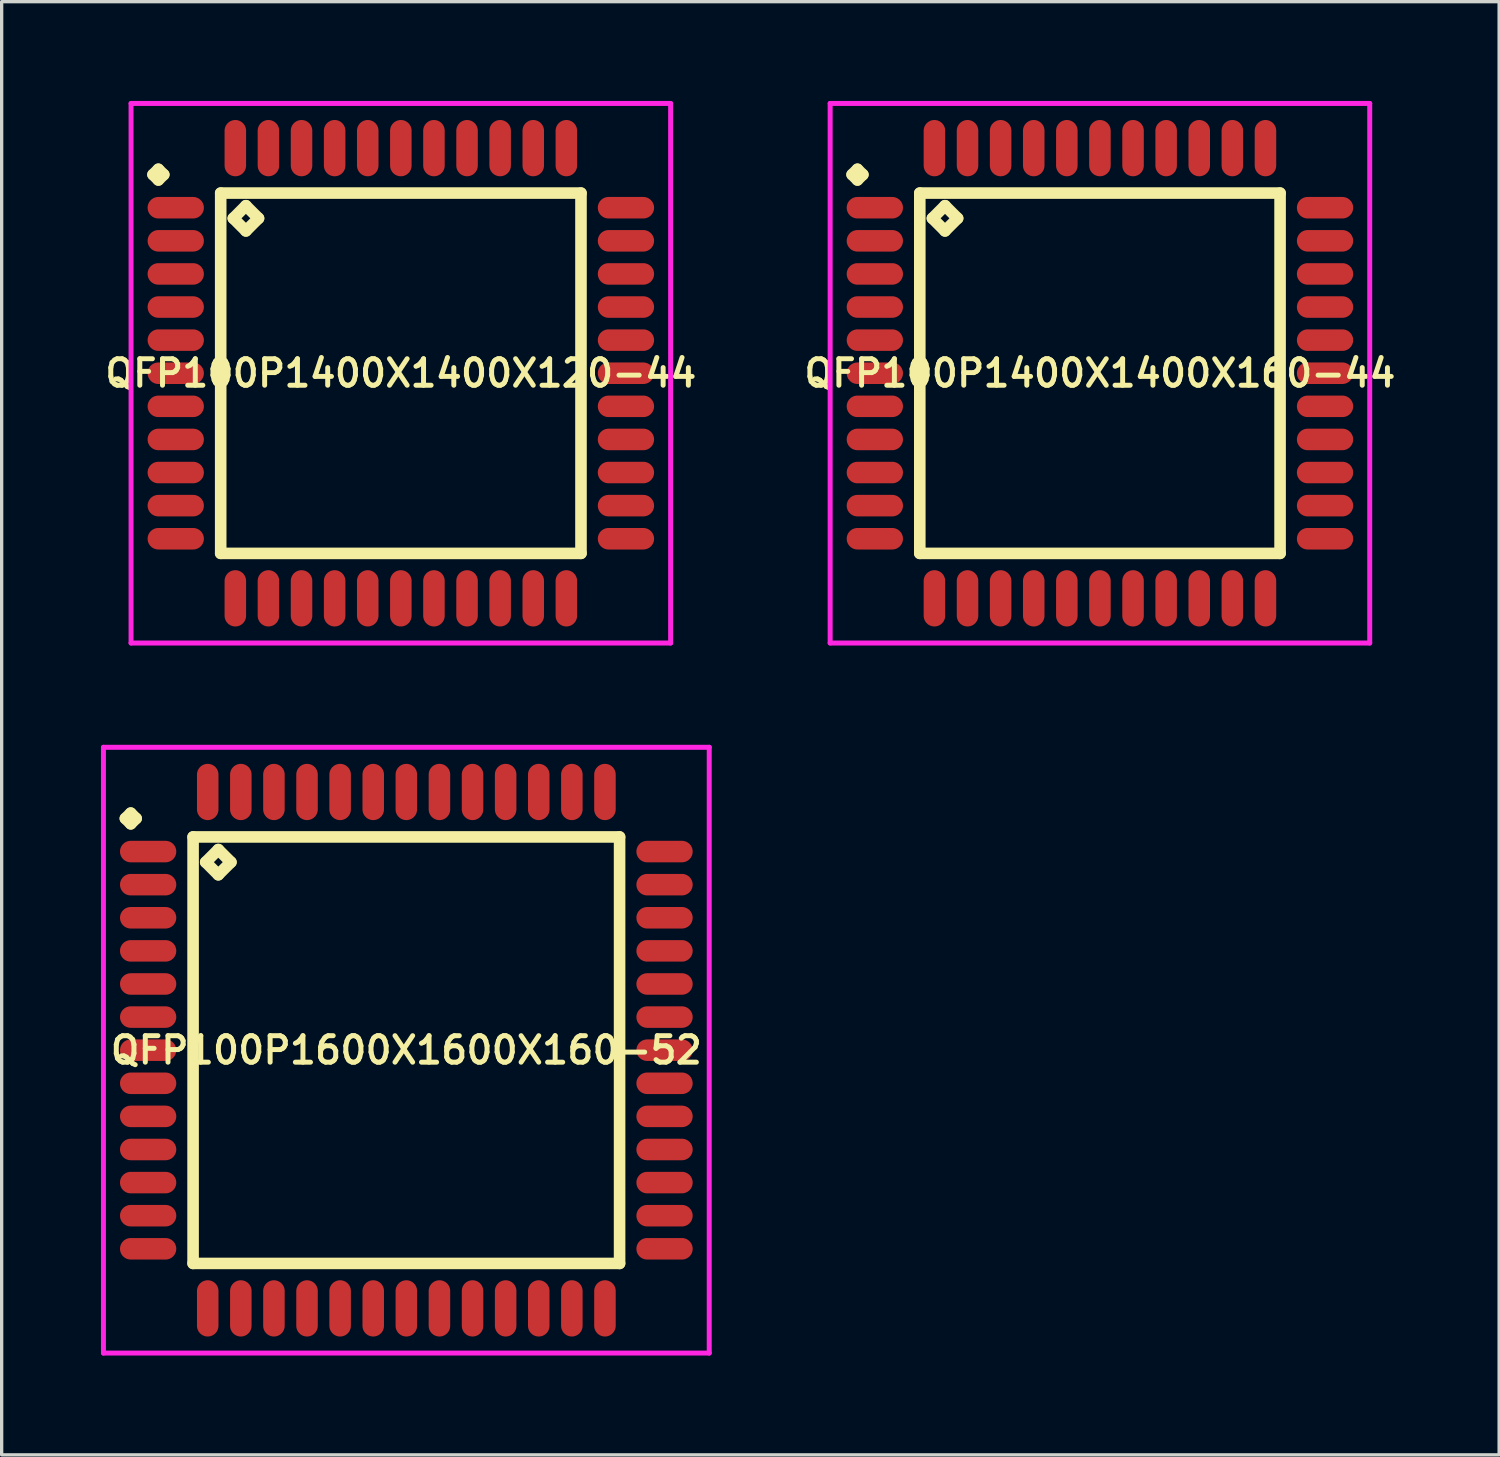
<source format=kicad_pcb>
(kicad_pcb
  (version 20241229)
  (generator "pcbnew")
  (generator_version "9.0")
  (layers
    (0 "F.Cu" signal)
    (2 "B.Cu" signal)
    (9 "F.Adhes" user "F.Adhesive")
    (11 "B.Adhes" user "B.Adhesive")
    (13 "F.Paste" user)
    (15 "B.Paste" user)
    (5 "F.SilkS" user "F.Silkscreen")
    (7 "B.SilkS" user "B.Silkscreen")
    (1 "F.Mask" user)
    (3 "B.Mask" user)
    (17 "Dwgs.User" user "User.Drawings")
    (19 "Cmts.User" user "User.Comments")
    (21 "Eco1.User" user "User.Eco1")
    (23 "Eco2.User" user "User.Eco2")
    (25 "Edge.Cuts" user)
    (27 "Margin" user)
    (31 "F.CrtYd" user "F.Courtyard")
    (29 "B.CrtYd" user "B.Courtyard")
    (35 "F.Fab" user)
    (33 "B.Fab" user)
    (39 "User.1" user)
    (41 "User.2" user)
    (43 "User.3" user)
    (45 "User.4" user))
  (footprint "QFP100P1400X1400X160-44"
    (layer "F.Cu")
    (at 30.178 8.225)
    (property "Reference" "QFP100P1400X1400X160-44" (at 0 0 0) (layer "F.SilkS") (effects (font (size 0.8 0.8) (thickness 0.15))))
    (attr smd)
    (fp_line (start -7.487 -6) (end -7.325 -6.162) (stroke (width 0.35) (type solid)) (layer "F.SilkS"))
    (fp_line (start -7.325 -6.162) (end -7.162 -6) (stroke (width 0.35) (type solid)) (layer "F.SilkS"))
    (fp_line (start -7.325 -5.838) (end -7.487 -6) (stroke (width 0.35) (type solid)) (layer "F.SilkS"))
    (fp_line (start -7.162 -6) (end -7.325 -5.838) (stroke (width 0.35) (type solid)) (layer "F.SilkS"))
    (fp_line (start -5.442 -5.442) (end -5.442 5.442) (stroke (width 0.35) (type solid)) (layer "F.SilkS"))
    (fp_line (start -5.442 5.442) (end 5.442 5.442) (stroke (width 0.35) (type solid)) (layer "F.SilkS"))
    (fp_line (start -5.061 -4.68) (end -4.68 -5.061) (stroke (width 0.35) (type solid)) (layer "F.SilkS"))
    (fp_line (start -4.68 -5.061) (end -4.299 -4.68) (stroke (width 0.35) (type solid)) (layer "F.SilkS"))
    (fp_line (start -4.68 -4.299) (end -5.061 -4.68) (stroke (width 0.35) (type solid)) (layer "F.SilkS"))
    (fp_line (start -4.299 -4.68) (end -4.68 -4.299) (stroke (width 0.35) (type solid)) (layer "F.SilkS"))
    (fp_line (start 5.442 -5.442) (end -5.442 -5.442) (stroke (width 0.35) (type solid)) (layer "F.SilkS"))
    (fp_line (start 5.442 5.442) (end 5.442 -5.442) (stroke (width 0.35) (type solid)) (layer "F.SilkS"))
    (fp_line (start -8.15 -8.15) (end 8.15 -8.15) (stroke (width 0.15) (type solid)) (layer "F.CrtYd"))
    (fp_line (start -8.15 8.15) (end -8.15 -8.15) (stroke (width 0.15) (type solid)) (layer "F.CrtYd"))
    (fp_line (start 8.15 -8.15) (end 8.15 8.15) (stroke (width 0.15) (type solid)) (layer "F.CrtYd"))
    (fp_line (start 8.15 8.15) (end -8.15 8.15) (stroke (width 0.15) (type solid)) (layer "F.CrtYd"))
    (pad "1" smd oval (at -6.8 -5) (size 1.7 0.65) (layers "F.Cu" "F.Mask" "F.Paste"))
    (pad "2" smd oval (at -6.8 -4) (size 1.7 0.65) (layers "F.Cu" "F.Mask" "F.Paste"))
    (pad "3" smd oval (at -6.8 -3) (size 1.7 0.65) (layers "F.Cu" "F.Mask" "F.Paste"))
    (pad "4" smd oval (at -6.8 -2) (size 1.7 0.65) (layers "F.Cu" "F.Mask" "F.Paste"))
    (pad "5" smd oval (at -6.8 -1) (size 1.7 0.65) (layers "F.Cu" "F.Mask" "F.Paste"))
    (pad "6" smd oval (at -6.8 0) (size 1.7 0.65) (layers "F.Cu" "F.Mask" "F.Paste"))
    (pad "7" smd oval (at -6.8 1) (size 1.7 0.65) (layers "F.Cu" "F.Mask" "F.Paste"))
    (pad "8" smd oval (at -6.8 2) (size 1.7 0.65) (layers "F.Cu" "F.Mask" "F.Paste"))
    (pad "9" smd oval (at -6.8 3) (size 1.7 0.65) (layers "F.Cu" "F.Mask" "F.Paste"))
    (pad "10" smd oval (at -6.8 4) (size 1.7 0.65) (layers "F.Cu" "F.Mask" "F.Paste"))
    (pad "11" smd oval (at -6.8 5) (size 1.7 0.65) (layers "F.Cu" "F.Mask" "F.Paste"))
    (pad "12" smd oval (at -5 6.8) (size 0.65 1.7) (layers "F.Cu" "F.Mask" "F.Paste"))
    (pad "13" smd oval (at -4 6.8) (size 0.65 1.7) (layers "F.Cu" "F.Mask" "F.Paste"))
    (pad "14" smd oval (at -3 6.8) (size 0.65 1.7) (layers "F.Cu" "F.Mask" "F.Paste"))
    (pad "15" smd oval (at -2 6.8) (size 0.65 1.7) (layers "F.Cu" "F.Mask" "F.Paste"))
    (pad "16" smd oval (at -1 6.8) (size 0.65 1.7) (layers "F.Cu" "F.Mask" "F.Paste"))
    (pad "17" smd oval (at 0 6.8) (size 0.65 1.7) (layers "F.Cu" "F.Mask" "F.Paste"))
    (pad "18" smd oval (at 1 6.8) (size 0.65 1.7) (layers "F.Cu" "F.Mask" "F.Paste"))
    (pad "19" smd oval (at 2 6.8) (size 0.65 1.7) (layers "F.Cu" "F.Mask" "F.Paste"))
    (pad "20" smd oval (at 3 6.8) (size 0.65 1.7) (layers "F.Cu" "F.Mask" "F.Paste"))
    (pad "21" smd oval (at 4 6.8) (size 0.65 1.7) (layers "F.Cu" "F.Mask" "F.Paste"))
    (pad "22" smd oval (at 5 6.8) (size 0.65 1.7) (layers "F.Cu" "F.Mask" "F.Paste"))
    (pad "23" smd oval (at 6.8 5) (size 1.7 0.65) (layers "F.Cu" "F.Mask" "F.Paste"))
    (pad "24" smd oval (at 6.8 4) (size 1.7 0.65) (layers "F.Cu" "F.Mask" "F.Paste"))
    (pad "25" smd oval (at 6.8 3) (size 1.7 0.65) (layers "F.Cu" "F.Mask" "F.Paste"))
    (pad "26" smd oval (at 6.8 2) (size 1.7 0.65) (layers "F.Cu" "F.Mask" "F.Paste"))
    (pad "27" smd oval (at 6.8 1) (size 1.7 0.65) (layers "F.Cu" "F.Mask" "F.Paste"))
    (pad "28" smd oval (at 6.8 0) (size 1.7 0.65) (layers "F.Cu" "F.Mask" "F.Paste"))
    (pad "29" smd oval (at 6.8 -1) (size 1.7 0.65) (layers "F.Cu" "F.Mask" "F.Paste"))
    (pad "30" smd oval (at 6.8 -2) (size 1.7 0.65) (layers "F.Cu" "F.Mask" "F.Paste"))
    (pad "31" smd oval (at 6.8 -3) (size 1.7 0.65) (layers "F.Cu" "F.Mask" "F.Paste"))
    (pad "32" smd oval (at 6.8 -4) (size 1.7 0.65) (layers "F.Cu" "F.Mask" "F.Paste"))
    (pad "33" smd oval (at 6.8 -5) (size 1.7 0.65) (layers "F.Cu" "F.Mask" "F.Paste"))
    (pad "34" smd oval (at 5 -6.8) (size 0.65 1.7) (layers "F.Cu" "F.Mask" "F.Paste"))
    (pad "35" smd oval (at 4 -6.8) (size 0.65 1.7) (layers "F.Cu" "F.Mask" "F.Paste"))
    (pad "36" smd oval (at 3 -6.8) (size 0.65 1.7) (layers "F.Cu" "F.Mask" "F.Paste"))
    (pad "37" smd oval (at 2 -6.8) (size 0.65 1.7) (layers "F.Cu" "F.Mask" "F.Paste"))
    (pad "38" smd oval (at 1 -6.8) (size 0.65 1.7) (layers "F.Cu" "F.Mask" "F.Paste"))
    (pad "39" smd oval (at 0 -6.8) (size 0.65 1.7) (layers "F.Cu" "F.Mask" "F.Paste"))
    (pad "40" smd oval (at -1 -6.8) (size 0.65 1.7) (layers "F.Cu" "F.Mask" "F.Paste"))
    (pad "41" smd oval (at -2 -6.8) (size 0.65 1.7) (layers "F.Cu" "F.Mask" "F.Paste"))
    (pad "42" smd oval (at -3 -6.8) (size 0.65 1.7) (layers "F.Cu" "F.Mask" "F.Paste"))
    (pad "43" smd oval (at -4 -6.8) (size 0.65 1.7) (layers "F.Cu" "F.Mask" "F.Paste"))
    (pad "44" smd oval (at -5 -6.8) (size 0.65 1.7) (layers "F.Cu" "F.Mask" "F.Paste")))
  (footprint "QFP100P1600X1600X160-52"
    (layer "F.Cu")
    (at 9.225 28.675)
    (property "Reference" "QFP100P1600X1600X160-52" (at 0 0 0) (layer "F.SilkS") (effects (font (size 0.8 0.8) (thickness 0.15))))
    (attr smd)
    (fp_line (start -8.488 -7) (end -8.325 -7.162) (stroke (width 0.35) (type solid)) (layer "F.SilkS"))
    (fp_line (start -8.325 -7.162) (end -8.162 -7) (stroke (width 0.35) (type solid)) (layer "F.SilkS"))
    (fp_line (start -8.325 -6.838) (end -8.488 -7) (stroke (width 0.35) (type solid)) (layer "F.SilkS"))
    (fp_line (start -8.162 -7) (end -8.325 -6.838) (stroke (width 0.35) (type solid)) (layer "F.SilkS"))
    (fp_line (start -6.442 -6.442) (end -6.442 6.442) (stroke (width 0.35) (type solid)) (layer "F.SilkS"))
    (fp_line (start -6.442 6.442) (end 6.442 6.442) (stroke (width 0.35) (type solid)) (layer "F.SilkS"))
    (fp_line (start -6.061 -5.68) (end -5.68 -6.061) (stroke (width 0.35) (type solid)) (layer "F.SilkS"))
    (fp_line (start -5.68 -6.061) (end -5.299 -5.68) (stroke (width 0.35) (type solid)) (layer "F.SilkS"))
    (fp_line (start -5.68 -5.299) (end -6.061 -5.68) (stroke (width 0.35) (type solid)) (layer "F.SilkS"))
    (fp_line (start -5.299 -5.68) (end -5.68 -5.299) (stroke (width 0.35) (type solid)) (layer "F.SilkS"))
    (fp_line (start 6.442 -6.442) (end -6.442 -6.442) (stroke (width 0.35) (type solid)) (layer "F.SilkS"))
    (fp_line (start 6.442 6.442) (end 6.442 -6.442) (stroke (width 0.35) (type solid)) (layer "F.SilkS"))
    (fp_line (start -9.15 -9.15) (end 9.15 -9.15) (stroke (width 0.15) (type solid)) (layer "F.CrtYd"))
    (fp_line (start -9.15 9.15) (end -9.15 -9.15) (stroke (width 0.15) (type solid)) (layer "F.CrtYd"))
    (fp_line (start 9.15 -9.15) (end 9.15 9.15) (stroke (width 0.15) (type solid)) (layer "F.CrtYd"))
    (fp_line (start 9.15 9.15) (end -9.15 9.15) (stroke (width 0.15) (type solid)) (layer "F.CrtYd"))
    (pad "1" smd oval (at -7.8 -6) (size 1.7 0.65) (layers "F.Cu" "F.Mask" "F.Paste"))
    (pad "2" smd oval (at -7.8 -5) (size 1.7 0.65) (layers "F.Cu" "F.Mask" "F.Paste"))
    (pad "3" smd oval (at -7.8 -4) (size 1.7 0.65) (layers "F.Cu" "F.Mask" "F.Paste"))
    (pad "4" smd oval (at -7.8 -3) (size 1.7 0.65) (layers "F.Cu" "F.Mask" "F.Paste"))
    (pad "5" smd oval (at -7.8 -2) (size 1.7 0.65) (layers "F.Cu" "F.Mask" "F.Paste"))
    (pad "6" smd oval (at -7.8 -1) (size 1.7 0.65) (layers "F.Cu" "F.Mask" "F.Paste"))
    (pad "7" smd oval (at -7.8 0) (size 1.7 0.65) (layers "F.Cu" "F.Mask" "F.Paste"))
    (pad "8" smd oval (at -7.8 1) (size 1.7 0.65) (layers "F.Cu" "F.Mask" "F.Paste"))
    (pad "9" smd oval (at -7.8 2) (size 1.7 0.65) (layers "F.Cu" "F.Mask" "F.Paste"))
    (pad "10" smd oval (at -7.8 3) (size 1.7 0.65) (layers "F.Cu" "F.Mask" "F.Paste"))
    (pad "11" smd oval (at -7.8 4) (size 1.7 0.65) (layers "F.Cu" "F.Mask" "F.Paste"))
    (pad "12" smd oval (at -7.8 5) (size 1.7 0.65) (layers "F.Cu" "F.Mask" "F.Paste"))
    (pad "13" smd oval (at -7.8 6) (size 1.7 0.65) (layers "F.Cu" "F.Mask" "F.Paste"))
    (pad "14" smd oval (at -6 7.8) (size 0.65 1.7) (layers "F.Cu" "F.Mask" "F.Paste"))
    (pad "15" smd oval (at -5 7.8) (size 0.65 1.7) (layers "F.Cu" "F.Mask" "F.Paste"))
    (pad "16" smd oval (at -4 7.8) (size 0.65 1.7) (layers "F.Cu" "F.Mask" "F.Paste"))
    (pad "17" smd oval (at -3 7.8) (size 0.65 1.7) (layers "F.Cu" "F.Mask" "F.Paste"))
    (pad "18" smd oval (at -2 7.8) (size 0.65 1.7) (layers "F.Cu" "F.Mask" "F.Paste"))
    (pad "19" smd oval (at -1 7.8) (size 0.65 1.7) (layers "F.Cu" "F.Mask" "F.Paste"))
    (pad "20" smd oval (at 0 7.8) (size 0.65 1.7) (layers "F.Cu" "F.Mask" "F.Paste"))
    (pad "21" smd oval (at 1 7.8) (size 0.65 1.7) (layers "F.Cu" "F.Mask" "F.Paste"))
    (pad "22" smd oval (at 2 7.8) (size 0.65 1.7) (layers "F.Cu" "F.Mask" "F.Paste"))
    (pad "23" smd oval (at 3 7.8) (size 0.65 1.7) (layers "F.Cu" "F.Mask" "F.Paste"))
    (pad "24" smd oval (at 4 7.8) (size 0.65 1.7) (layers "F.Cu" "F.Mask" "F.Paste"))
    (pad "25" smd oval (at 5 7.8) (size 0.65 1.7) (layers "F.Cu" "F.Mask" "F.Paste"))
    (pad "26" smd oval (at 6 7.8) (size 0.65 1.7) (layers "F.Cu" "F.Mask" "F.Paste"))
    (pad "27" smd oval (at 7.8 6) (size 1.7 0.65) (layers "F.Cu" "F.Mask" "F.Paste"))
    (pad "28" smd oval (at 7.8 5) (size 1.7 0.65) (layers "F.Cu" "F.Mask" "F.Paste"))
    (pad "29" smd oval (at 7.8 4) (size 1.7 0.65) (layers "F.Cu" "F.Mask" "F.Paste"))
    (pad "30" smd oval (at 7.8 3) (size 1.7 0.65) (layers "F.Cu" "F.Mask" "F.Paste"))
    (pad "31" smd oval (at 7.8 2) (size 1.7 0.65) (layers "F.Cu" "F.Mask" "F.Paste"))
    (pad "32" smd oval (at 7.8 1) (size 1.7 0.65) (layers "F.Cu" "F.Mask" "F.Paste"))
    (pad "33" smd oval (at 7.8 0) (size 1.7 0.65) (layers "F.Cu" "F.Mask" "F.Paste"))
    (pad "34" smd oval (at 7.8 -1) (size 1.7 0.65) (layers "F.Cu" "F.Mask" "F.Paste"))
    (pad "35" smd oval (at 7.8 -2) (size 1.7 0.65) (layers "F.Cu" "F.Mask" "F.Paste"))
    (pad "36" smd oval (at 7.8 -3) (size 1.7 0.65) (layers "F.Cu" "F.Mask" "F.Paste"))
    (pad "37" smd oval (at 7.8 -4) (size 1.7 0.65) (layers "F.Cu" "F.Mask" "F.Paste"))
    (pad "38" smd oval (at 7.8 -5) (size 1.7 0.65) (layers "F.Cu" "F.Mask" "F.Paste"))
    (pad "39" smd oval (at 7.8 -6) (size 1.7 0.65) (layers "F.Cu" "F.Mask" "F.Paste"))
    (pad "40" smd oval (at 6 -7.8) (size 0.65 1.7) (layers "F.Cu" "F.Mask" "F.Paste"))
    (pad "41" smd oval (at 5 -7.8) (size 0.65 1.7) (layers "F.Cu" "F.Mask" "F.Paste"))
    (pad "42" smd oval (at 4 -7.8) (size 0.65 1.7) (layers "F.Cu" "F.Mask" "F.Paste"))
    (pad "43" smd oval (at 3 -7.8) (size 0.65 1.7) (layers "F.Cu" "F.Mask" "F.Paste"))
    (pad "44" smd oval (at 2 -7.8) (size 0.65 1.7) (layers "F.Cu" "F.Mask" "F.Paste"))
    (pad "45" smd oval (at 1 -7.8) (size 0.65 1.7) (layers "F.Cu" "F.Mask" "F.Paste"))
    (pad "46" smd oval (at 0 -7.8) (size 0.65 1.7) (layers "F.Cu" "F.Mask" "F.Paste"))
    (pad "47" smd oval (at -1 -7.8) (size 0.65 1.7) (layers "F.Cu" "F.Mask" "F.Paste"))
    (pad "48" smd oval (at -2 -7.8) (size 0.65 1.7) (layers "F.Cu" "F.Mask" "F.Paste"))
    (pad "49" smd oval (at -3 -7.8) (size 0.65 1.7) (layers "F.Cu" "F.Mask" "F.Paste"))
    (pad "50" smd oval (at -4 -7.8) (size 0.65 1.7) (layers "F.Cu" "F.Mask" "F.Paste"))
    (pad "51" smd oval (at -5 -7.8) (size 0.65 1.7) (layers "F.Cu" "F.Mask" "F.Paste"))
    (pad "52" smd oval (at -6 -7.8) (size 0.65 1.7) (layers "F.Cu" "F.Mask" "F.Paste")))
  (footprint "QFP100P1400X1400X120-44"
    (layer "F.Cu")
    (at 9.059 8.225)
    (property "Reference" "QFP100P1400X1400X120-44" (at 0 0 0) (layer "F.SilkS") (effects (font (size 0.8 0.8) (thickness 0.15))))
    (attr smd)
    (fp_line (start -7.487 -6) (end -7.325 -6.162) (stroke (width 0.35) (type solid)) (layer "F.SilkS"))
    (fp_line (start -7.325 -6.162) (end -7.162 -6) (stroke (width 0.35) (type solid)) (layer "F.SilkS"))
    (fp_line (start -7.325 -5.838) (end -7.487 -6) (stroke (width 0.35) (type solid)) (layer "F.SilkS"))
    (fp_line (start -7.162 -6) (end -7.325 -5.838) (stroke (width 0.35) (type solid)) (layer "F.SilkS"))
    (fp_line (start -5.442 -5.442) (end -5.442 5.442) (stroke (width 0.35) (type solid)) (layer "F.SilkS"))
    (fp_line (start -5.442 5.442) (end 5.442 5.442) (stroke (width 0.35) (type solid)) (layer "F.SilkS"))
    (fp_line (start -5.061 -4.68) (end -4.68 -5.061) (stroke (width 0.35) (type solid)) (layer "F.SilkS"))
    (fp_line (start -4.68 -5.061) (end -4.299 -4.68) (stroke (width 0.35) (type solid)) (layer "F.SilkS"))
    (fp_line (start -4.68 -4.299) (end -5.061 -4.68) (stroke (width 0.35) (type solid)) (layer "F.SilkS"))
    (fp_line (start -4.299 -4.68) (end -4.68 -4.299) (stroke (width 0.35) (type solid)) (layer "F.SilkS"))
    (fp_line (start 5.442 -5.442) (end -5.442 -5.442) (stroke (width 0.35) (type solid)) (layer "F.SilkS"))
    (fp_line (start 5.442 5.442) (end 5.442 -5.442) (stroke (width 0.35) (type solid)) (layer "F.SilkS"))
    (fp_line (start -8.15 -8.15) (end 8.15 -8.15) (stroke (width 0.15) (type solid)) (layer "F.CrtYd"))
    (fp_line (start -8.15 8.15) (end -8.15 -8.15) (stroke (width 0.15) (type solid)) (layer "F.CrtYd"))
    (fp_line (start 8.15 -8.15) (end 8.15 8.15) (stroke (width 0.15) (type solid)) (layer "F.CrtYd"))
    (fp_line (start 8.15 8.15) (end -8.15 8.15) (stroke (width 0.15) (type solid)) (layer "F.CrtYd"))
    (pad "1" smd oval (at -6.8 -5) (size 1.7 0.65) (layers "F.Cu" "F.Mask" "F.Paste"))
    (pad "2" smd oval (at -6.8 -4) (size 1.7 0.65) (layers "F.Cu" "F.Mask" "F.Paste"))
    (pad "3" smd oval (at -6.8 -3) (size 1.7 0.65) (layers "F.Cu" "F.Mask" "F.Paste"))
    (pad "4" smd oval (at -6.8 -2) (size 1.7 0.65) (layers "F.Cu" "F.Mask" "F.Paste"))
    (pad "5" smd oval (at -6.8 -1) (size 1.7 0.65) (layers "F.Cu" "F.Mask" "F.Paste"))
    (pad "6" smd oval (at -6.8 0) (size 1.7 0.65) (layers "F.Cu" "F.Mask" "F.Paste"))
    (pad "7" smd oval (at -6.8 1) (size 1.7 0.65) (layers "F.Cu" "F.Mask" "F.Paste"))
    (pad "8" smd oval (at -6.8 2) (size 1.7 0.65) (layers "F.Cu" "F.Mask" "F.Paste"))
    (pad "9" smd oval (at -6.8 3) (size 1.7 0.65) (layers "F.Cu" "F.Mask" "F.Paste"))
    (pad "10" smd oval (at -6.8 4) (size 1.7 0.65) (layers "F.Cu" "F.Mask" "F.Paste"))
    (pad "11" smd oval (at -6.8 5) (size 1.7 0.65) (layers "F.Cu" "F.Mask" "F.Paste"))
    (pad "12" smd oval (at -5 6.8) (size 0.65 1.7) (layers "F.Cu" "F.Mask" "F.Paste"))
    (pad "13" smd oval (at -4 6.8) (size 0.65 1.7) (layers "F.Cu" "F.Mask" "F.Paste"))
    (pad "14" smd oval (at -3 6.8) (size 0.65 1.7) (layers "F.Cu" "F.Mask" "F.Paste"))
    (pad "15" smd oval (at -2 6.8) (size 0.65 1.7) (layers "F.Cu" "F.Mask" "F.Paste"))
    (pad "16" smd oval (at -1 6.8) (size 0.65 1.7) (layers "F.Cu" "F.Mask" "F.Paste"))
    (pad "17" smd oval (at 0 6.8) (size 0.65 1.7) (layers "F.Cu" "F.Mask" "F.Paste"))
    (pad "18" smd oval (at 1 6.8) (size 0.65 1.7) (layers "F.Cu" "F.Mask" "F.Paste"))
    (pad "19" smd oval (at 2 6.8) (size 0.65 1.7) (layers "F.Cu" "F.Mask" "F.Paste"))
    (pad "20" smd oval (at 3 6.8) (size 0.65 1.7) (layers "F.Cu" "F.Mask" "F.Paste"))
    (pad "21" smd oval (at 4 6.8) (size 0.65 1.7) (layers "F.Cu" "F.Mask" "F.Paste"))
    (pad "22" smd oval (at 5 6.8) (size 0.65 1.7) (layers "F.Cu" "F.Mask" "F.Paste"))
    (pad "23" smd oval (at 6.8 5) (size 1.7 0.65) (layers "F.Cu" "F.Mask" "F.Paste"))
    (pad "24" smd oval (at 6.8 4) (size 1.7 0.65) (layers "F.Cu" "F.Mask" "F.Paste"))
    (pad "25" smd oval (at 6.8 3) (size 1.7 0.65) (layers "F.Cu" "F.Mask" "F.Paste"))
    (pad "26" smd oval (at 6.8 2) (size 1.7 0.65) (layers "F.Cu" "F.Mask" "F.Paste"))
    (pad "27" smd oval (at 6.8 1) (size 1.7 0.65) (layers "F.Cu" "F.Mask" "F.Paste"))
    (pad "28" smd oval (at 6.8 0) (size 1.7 0.65) (layers "F.Cu" "F.Mask" "F.Paste"))
    (pad "29" smd oval (at 6.8 -1) (size 1.7 0.65) (layers "F.Cu" "F.Mask" "F.Paste"))
    (pad "30" smd oval (at 6.8 -2) (size 1.7 0.65) (layers "F.Cu" "F.Mask" "F.Paste"))
    (pad "31" smd oval (at 6.8 -3) (size 1.7 0.65) (layers "F.Cu" "F.Mask" "F.Paste"))
    (pad "32" smd oval (at 6.8 -4) (size 1.7 0.65) (layers "F.Cu" "F.Mask" "F.Paste"))
    (pad "33" smd oval (at 6.8 -5) (size 1.7 0.65) (layers "F.Cu" "F.Mask" "F.Paste"))
    (pad "34" smd oval (at 5 -6.8) (size 0.65 1.7) (layers "F.Cu" "F.Mask" "F.Paste"))
    (pad "35" smd oval (at 4 -6.8) (size 0.65 1.7) (layers "F.Cu" "F.Mask" "F.Paste"))
    (pad "36" smd oval (at 3 -6.8) (size 0.65 1.7) (layers "F.Cu" "F.Mask" "F.Paste"))
    (pad "37" smd oval (at 2 -6.8) (size 0.65 1.7) (layers "F.Cu" "F.Mask" "F.Paste"))
    (pad "38" smd oval (at 1 -6.8) (size 0.65 1.7) (layers "F.Cu" "F.Mask" "F.Paste"))
    (pad "39" smd oval (at 0 -6.8) (size 0.65 1.7) (layers "F.Cu" "F.Mask" "F.Paste"))
    (pad "40" smd oval (at -1 -6.8) (size 0.65 1.7) (layers "F.Cu" "F.Mask" "F.Paste"))
    (pad "41" smd oval (at -2 -6.8) (size 0.65 1.7) (layers "F.Cu" "F.Mask" "F.Paste"))
    (pad "42" smd oval (at -3 -6.8) (size 0.65 1.7) (layers "F.Cu" "F.Mask" "F.Paste"))
    (pad "43" smd oval (at -4 -6.8) (size 0.65 1.7) (layers "F.Cu" "F.Mask" "F.Paste"))
    (pad "44" smd oval (at -5 -6.8) (size 0.65 1.7) (layers "F.Cu" "F.Mask" "F.Paste")))
  (gr_rect
    (start -3 -3)
    (end 42.237 40.9)
    (stroke (width 0.1) (type default))
    (fill no)
    (layer "Edge.Cuts")))
</source>
